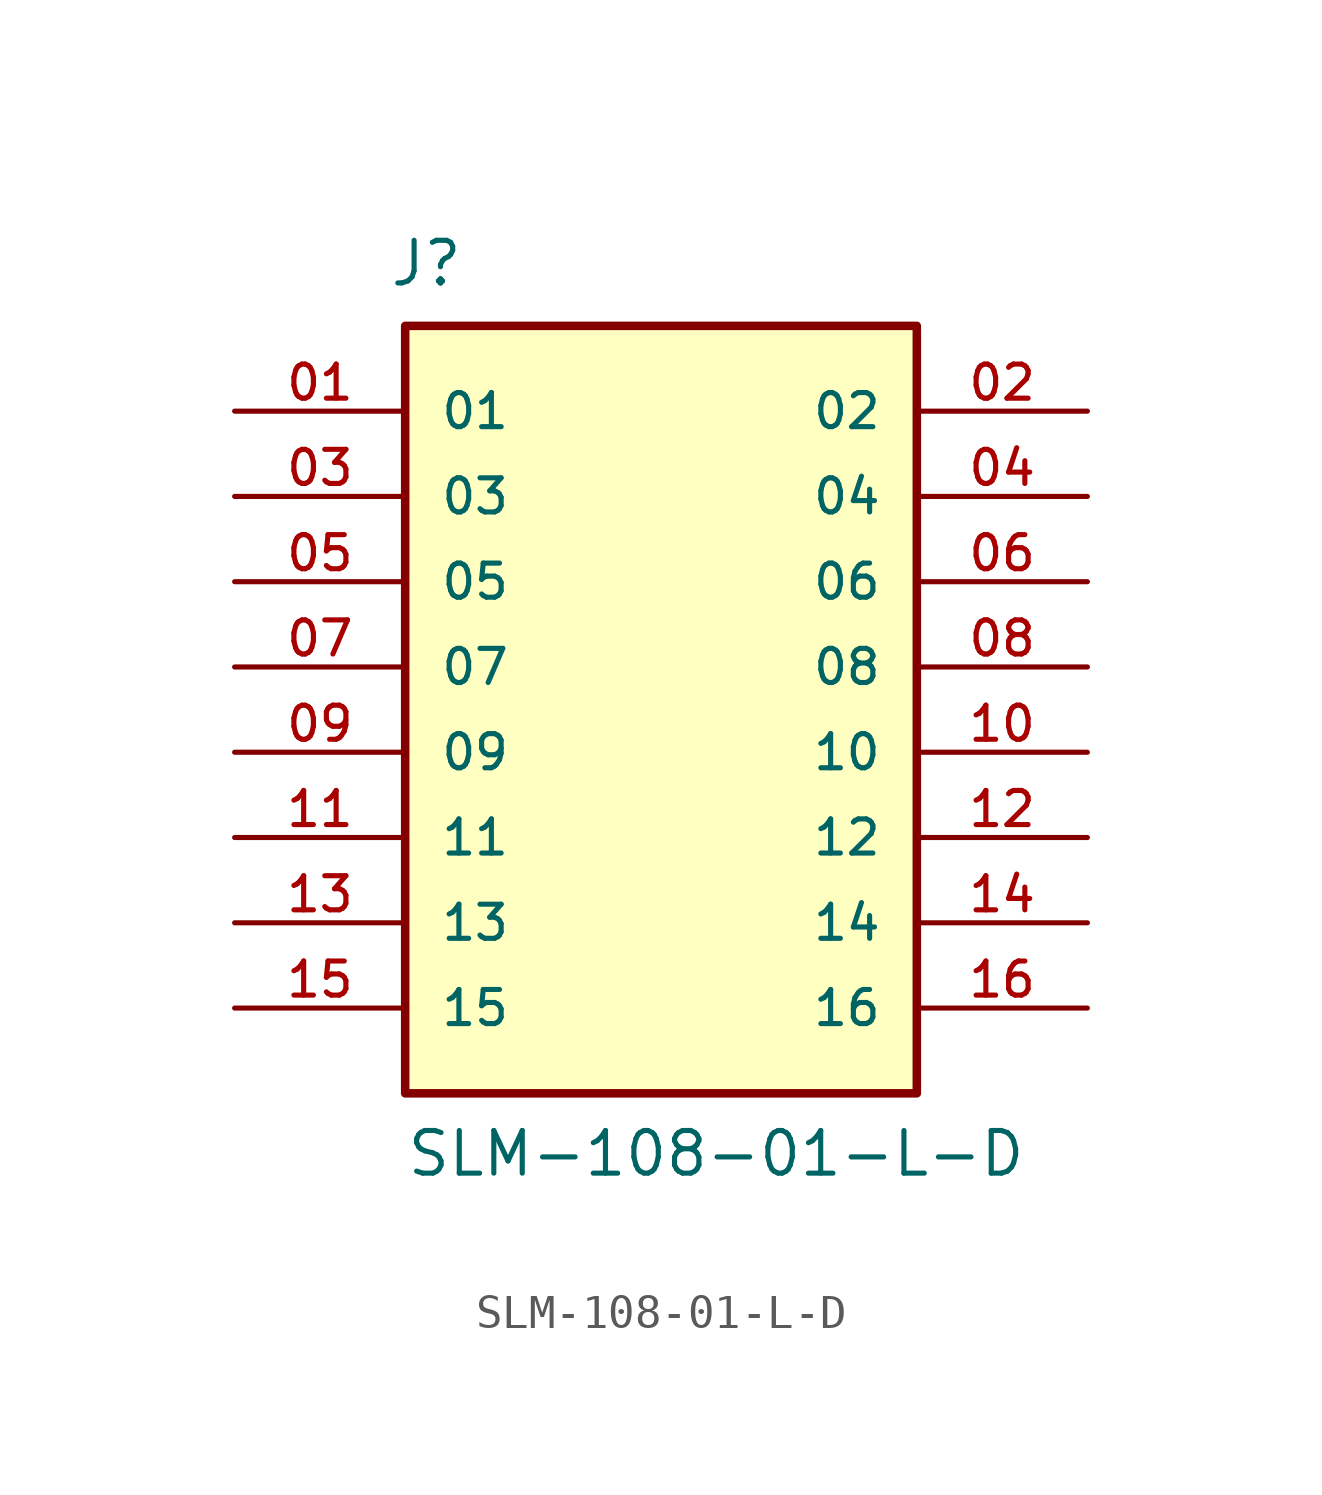
<source format=kicad_sym>
(kicad_symbol_lib
  (version 20211014)
  (generator kicad_symbol_editor)
  (symbol "SLM-108-01-L-D"
    (pin_names
      (offset 1.016))
    (property "Reference" "J"
      (at -8.12 11.276 0)
      (effects (font (size 1.27 1.27)) (justify bottom left)))
    (property "Value" "SLM-108-01-L-D"
      (at -7.62 -15.24 0)
      (effects (font (size 1.27 1.27)) (justify bottom left)))
    (symbol "SLM-108-01-L-D_0_0"
      (rectangle (start -7.62 -12.7) (end 7.62 10.16) (stroke (width 0.254)) (fill (type background)))
      (pin passive line (at -12.7 7.62 0) (length 5.08) (name "01" (effects (font (size 1.016 1.016)))) (number "01" (effects (font (size 1.016 1.016)))))
      (pin passive line (at 12.7 7.62 180.0) (length 5.08) (name "02" (effects (font (size 1.016 1.016)))) (number "02" (effects (font (size 1.016 1.016)))))
      (pin passive line (at -12.7 5.08 0) (length 5.08) (name "03" (effects (font (size 1.016 1.016)))) (number "03" (effects (font (size 1.016 1.016)))))
      (pin passive line (at 12.7 5.08 180.0) (length 5.08) (name "04" (effects (font (size 1.016 1.016)))) (number "04" (effects (font (size 1.016 1.016)))))
      (pin passive line (at -12.7 2.54 0) (length 5.08) (name "05" (effects (font (size 1.016 1.016)))) (number "05" (effects (font (size 1.016 1.016)))))
      (pin passive line (at 12.7 2.54 180.0) (length 5.08) (name "06" (effects (font (size 1.016 1.016)))) (number "06" (effects (font (size 1.016 1.016)))))
      (pin passive line (at -12.7 0.0 0) (length 5.08) (name "07" (effects (font (size 1.016 1.016)))) (number "07" (effects (font (size 1.016 1.016)))))
      (pin passive line (at 12.7 0.0 180.0) (length 5.08) (name "08" (effects (font (size 1.016 1.016)))) (number "08" (effects (font (size 1.016 1.016)))))
      (pin passive line (at -12.7 -2.54 0) (length 5.08) (name "09" (effects (font (size 1.016 1.016)))) (number "09" (effects (font (size 1.016 1.016)))))
      (pin passive line (at 12.7 -2.54 180.0) (length 5.08) (name "10" (effects (font (size 1.016 1.016)))) (number "10" (effects (font (size 1.016 1.016)))))
      (pin passive line (at -12.7 -5.08 0) (length 5.08) (name "11" (effects (font (size 1.016 1.016)))) (number "11" (effects (font (size 1.016 1.016)))))
      (pin passive line (at 12.7 -5.08 180.0) (length 5.08) (name "12" (effects (font (size 1.016 1.016)))) (number "12" (effects (font (size 1.016 1.016)))))
      (pin passive line (at -12.7 -7.62 0) (length 5.08) (name "13" (effects (font (size 1.016 1.016)))) (number "13" (effects (font (size 1.016 1.016)))))
      (pin passive line (at 12.7 -7.62 180.0) (length 5.08) (name "14" (effects (font (size 1.016 1.016)))) (number "14" (effects (font (size 1.016 1.016)))))
      (pin passive line (at -12.7 -10.16 0) (length 5.08) (name "15" (effects (font (size 1.016 1.016)))) (number "15" (effects (font (size 1.016 1.016)))))
      (pin passive line (at 12.7 -10.16 180.0) (length 5.08) (name "16" (effects (font (size 1.016 1.016)))) (number "16" (effects (font (size 1.016 1.016))))))))
</source>
